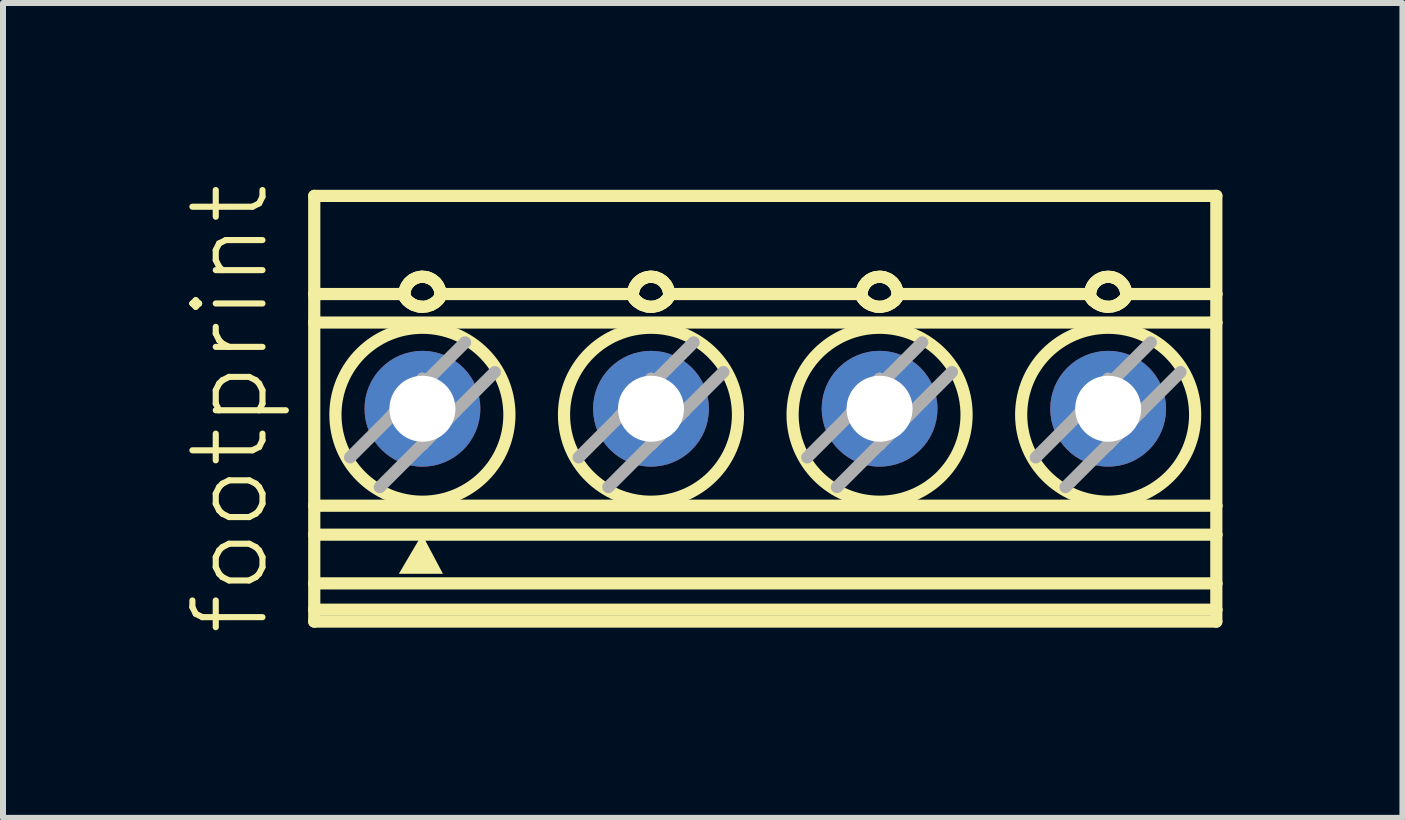
<source format=kicad_pcb>
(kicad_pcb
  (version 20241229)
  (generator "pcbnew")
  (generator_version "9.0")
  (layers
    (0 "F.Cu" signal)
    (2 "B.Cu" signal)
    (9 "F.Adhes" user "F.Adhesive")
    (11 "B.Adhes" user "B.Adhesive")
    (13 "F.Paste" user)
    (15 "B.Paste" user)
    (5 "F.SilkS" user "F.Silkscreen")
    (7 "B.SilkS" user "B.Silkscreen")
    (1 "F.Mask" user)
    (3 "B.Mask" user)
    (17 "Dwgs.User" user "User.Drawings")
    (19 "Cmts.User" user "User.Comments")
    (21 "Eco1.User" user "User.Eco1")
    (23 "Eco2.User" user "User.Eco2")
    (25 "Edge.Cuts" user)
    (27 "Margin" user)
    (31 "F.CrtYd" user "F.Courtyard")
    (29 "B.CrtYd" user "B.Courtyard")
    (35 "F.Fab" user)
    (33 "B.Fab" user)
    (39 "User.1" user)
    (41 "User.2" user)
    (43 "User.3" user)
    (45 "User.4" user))
  (footprint "footprint"
    (layer "F.Cu")
    (at 9.706 3.763)
    (property "Reference" "footprint" (at -8.233 3.819 90) (layer "F.SilkS") (effects (font (size 1.168 1.168) (thickness 0.102)) (justify left bottom)))
    (fp_line (start -7.518 -3.548) (end -7.518 -1.912) (stroke (width 0.203) (type solid)) (layer "F.SilkS"))
    (fp_line (start -7.518 -3.548) (end 7.518 -3.548) (stroke (width 0.203) (type solid)) (layer "F.SilkS"))
    (fp_line (start -7.518 -1.912) (end -7.518 -1.437) (stroke (width 0.203) (type solid)) (layer "F.SilkS"))
    (fp_line (start -7.518 -1.912) (end -6.017 -1.912) (stroke (width 0.203) (type solid)) (layer "F.SilkS"))
    (fp_line (start -7.518 -1.437) (end -7.518 1.616) (stroke (width 0.203) (type solid)) (layer "F.SilkS"))
    (fp_line (start -7.518 1.616) (end -7.518 2.099) (stroke (width 0.203) (type solid)) (layer "F.SilkS"))
    (fp_line (start -7.518 1.616) (end 7.518 1.616) (stroke (width 0.203) (type solid)) (layer "F.SilkS"))
    (fp_line (start -7.518 2.099) (end -7.518 2.911) (stroke (width 0.203) (type solid)) (layer "F.SilkS"))
    (fp_line (start -7.518 2.911) (end -7.518 3.35) (stroke (width 0.203) (type solid)) (layer "F.SilkS"))
    (fp_line (start -7.518 2.911) (end 7.518 2.911) (stroke (width 0.203) (type solid)) (layer "F.SilkS"))
    (fp_line (start -7.518 3.35) (end -7.518 3.548) (stroke (width 0.203) (type solid)) (layer "F.SilkS"))
    (fp_line (start -7.518 3.35) (end 7.518 3.35) (stroke (width 0.203) (type solid)) (layer "F.SilkS"))
    (fp_line (start -7.518 3.548) (end 7.518 3.548) (stroke (width 0.203) (type solid)) (layer "F.SilkS"))
    (fp_line (start -6.01 -1.964) (end -6.004 -1.986) (stroke (width 0.203) (type solid)) (layer "F.SilkS"))
    (fp_line (start -6.006 -1.857) (end -6.013 -1.872) (stroke (width 0.203) (type solid)) (layer "F.SilkS"))
    (fp_line (start -5.999 -1.845) (end -6.006 -1.857) (stroke (width 0.203) (type solid)) (layer "F.SilkS"))
    (fp_line (start -5.971 -1.81) (end -5.981 -1.821) (stroke (width 0.203) (type solid)) (layer "F.SilkS"))
    (fp_line (start -5.958 -1.796) (end -5.971 -1.81) (stroke (width 0.203) (type solid)) (layer "F.SilkS"))
    (fp_line (start -5.948 -2.09) (end -5.928 -2.112) (stroke (width 0.203) (type solid)) (layer "F.SilkS"))
    (fp_line (start -5.91 -1.759) (end -5.929 -1.772) (stroke (width 0.203) (type solid)) (layer "F.SilkS"))
    (fp_line (start -5.89 -2.144) (end -5.87 -2.157) (stroke (width 0.203) (type solid)) (layer "F.SilkS"))
    (fp_line (start -5.853 -1.728) (end -5.875 -1.738) (stroke (width 0.203) (type solid)) (layer "F.SilkS"))
    (fp_line (start -5.826 -2.179) (end -5.803 -2.187) (stroke (width 0.203) (type solid)) (layer "F.SilkS"))
    (fp_line (start -5.751 -1.701) (end -5.786 -1.707) (stroke (width 0.203) (type solid)) (layer "F.SilkS"))
    (fp_line (start -5.729 -2.2) (end -5.715 -2.2) (stroke (width 0.203) (type solid)) (layer "F.SilkS"))
    (fp_line (start -5.715 -1.699) (end -5.751 -1.701) (stroke (width 0.203) (type solid)) (layer "F.SilkS"))
    (fp_line (start -5.641 -2.191) (end -5.627 -2.187) (stroke (width 0.203) (type solid)) (layer "F.SilkS"))
    (fp_line (start -5.561 -1.736) (end -5.577 -1.728) (stroke (width 0.203) (type solid)) (layer "F.SilkS"))
    (fp_line (start -5.56 -2.157) (end -5.54 -2.144) (stroke (width 0.203) (type solid)) (layer "F.SilkS"))
    (fp_line (start -5.502 -2.112) (end -5.491 -2.101) (stroke (width 0.203) (type solid)) (layer "F.SilkS"))
    (fp_line (start -5.495 -1.777) (end -5.52 -1.759) (stroke (width 0.203) (type solid)) (layer "F.SilkS"))
    (fp_line (start -5.472 -1.796) (end -5.495 -1.777) (stroke (width 0.203) (type solid)) (layer "F.SilkS"))
    (fp_line (start -5.468 -2.072) (end -5.456 -2.054) (stroke (width 0.203) (type solid)) (layer "F.SilkS"))
    (fp_line (start -5.439 -1.833) (end -5.449 -1.821) (stroke (width 0.203) (type solid)) (layer "F.SilkS"))
    (fp_line (start -5.431 -1.845) (end -5.439 -1.833) (stroke (width 0.203) (type solid)) (layer "F.SilkS"))
    (fp_line (start -5.426 -1.986) (end -5.422 -1.972) (stroke (width 0.203) (type solid)) (layer "F.SilkS"))
    (fp_line (start -5.417 -1.872) (end -5.42 -1.865) (stroke (width 0.203) (type solid)) (layer "F.SilkS"))
    (fp_line (start -5.413 -1.912) (end -2.207 -1.912) (stroke (width 0.203) (type solid)) (layer "F.SilkS"))
    (fp_line (start -2.205 -1.88) (end -2.207 -1.895) (stroke (width 0.203) (type solid)) (layer "F.SilkS"))
    (fp_line (start -2.198 -1.972) (end -2.194 -1.986) (stroke (width 0.203) (type solid)) (layer "F.SilkS"))
    (fp_line (start -2.182 -1.834) (end -2.189 -1.845) (stroke (width 0.203) (type solid)) (layer "F.SilkS"))
    (fp_line (start -2.171 -1.821) (end -2.182 -1.834) (stroke (width 0.203) (type solid)) (layer "F.SilkS"))
    (fp_line (start -2.138 -2.09) (end -2.118 -2.112) (stroke (width 0.203) (type solid)) (layer "F.SilkS"))
    (fp_line (start -2.126 -1.777) (end -2.148 -1.796) (stroke (width 0.203) (type solid)) (layer "F.SilkS"))
    (fp_line (start -2.06 -2.157) (end -2.046 -2.165) (stroke (width 0.203) (type solid)) (layer "F.SilkS"))
    (fp_line (start -2.043 -1.728) (end -2.073 -1.742) (stroke (width 0.203) (type solid)) (layer "F.SilkS"))
    (fp_line (start -2.013 -2.18) (end -1.993 -2.187) (stroke (width 0.203) (type solid)) (layer "F.SilkS"))
    (fp_line (start -1.955 -1.703) (end -1.976 -1.707) (stroke (width 0.203) (type solid)) (layer "F.SilkS"))
    (fp_line (start -1.919 -2.2) (end -1.905 -2.2) (stroke (width 0.203) (type solid)) (layer "F.SilkS"))
    (fp_line (start -1.869 -1.701) (end -1.905 -1.699) (stroke (width 0.203) (type solid)) (layer "F.SilkS"))
    (fp_line (start -1.838 -2.192) (end -1.817 -2.187) (stroke (width 0.203) (type solid)) (layer "F.SilkS"))
    (fp_line (start -1.767 -1.728) (end -1.8 -1.716) (stroke (width 0.203) (type solid)) (layer "F.SilkS"))
    (fp_line (start -1.714 -2.132) (end -1.692 -2.112) (stroke (width 0.203) (type solid)) (layer "F.SilkS"))
    (fp_line (start -1.66 -2.075) (end -1.646 -2.054) (stroke (width 0.203) (type solid)) (layer "F.SilkS"))
    (fp_line (start -1.65 -1.808) (end -1.662 -1.796) (stroke (width 0.203) (type solid)) (layer "F.SilkS"))
    (fp_line (start -1.639 -1.821) (end -1.65 -1.808) (stroke (width 0.203) (type solid)) (layer "F.SilkS"))
    (fp_line (start -1.616 -1.986) (end -1.61 -1.964) (stroke (width 0.203) (type solid)) (layer "F.SilkS"))
    (fp_line (start -1.611 -1.863) (end -1.621 -1.845) (stroke (width 0.203) (type solid)) (layer "F.SilkS"))
    (fp_line (start -1.603 -1.912) (end 1.603 -1.912) (stroke (width 0.203) (type solid)) (layer "F.SilkS"))
    (fp_line (start 1.612 -1.972) (end 1.616 -1.986) (stroke (width 0.203) (type solid)) (layer "F.SilkS"))
    (fp_line (start 1.621 -1.845) (end 1.611 -1.863) (stroke (width 0.203) (type solid)) (layer "F.SilkS"))
    (fp_line (start 1.634 -2.032) (end 1.646 -2.054) (stroke (width 0.203) (type solid)) (layer "F.SilkS"))
    (fp_line (start 1.662 -1.796) (end 1.646 -1.812) (stroke (width 0.203) (type solid)) (layer "F.SilkS"))
    (fp_line (start 1.675 -2.094) (end 1.692 -2.112) (stroke (width 0.203) (type solid)) (layer "F.SilkS"))
    (fp_line (start 1.71 -1.759) (end 1.696 -1.768) (stroke (width 0.203) (type solid)) (layer "F.SilkS"))
    (fp_line (start 1.73 -2.144) (end 1.75 -2.157) (stroke (width 0.203) (type solid)) (layer "F.SilkS"))
    (fp_line (start 1.767 -1.728) (end 1.745 -1.738) (stroke (width 0.203) (type solid)) (layer "F.SilkS"))
    (fp_line (start 1.817 -2.187) (end 1.846 -2.194) (stroke (width 0.203) (type solid)) (layer "F.SilkS"))
    (fp_line (start 1.86 -1.702) (end 1.834 -1.707) (stroke (width 0.203) (type solid)) (layer "F.SilkS"))
    (fp_line (start 1.941 -1.701) (end 1.905 -1.699) (stroke (width 0.203) (type solid)) (layer "F.SilkS"))
    (fp_line (start 1.972 -2.192) (end 1.993 -2.187) (stroke (width 0.203) (type solid)) (layer "F.SilkS"))
    (fp_line (start 2.038 -2.169) (end 2.06 -2.157) (stroke (width 0.203) (type solid)) (layer "F.SilkS"))
    (fp_line (start 2.043 -1.728) (end 2.01 -1.716) (stroke (width 0.203) (type solid)) (layer "F.SilkS"))
    (fp_line (start 2.118 -2.112) (end 2.135 -2.094) (stroke (width 0.203) (type solid)) (layer "F.SilkS"))
    (fp_line (start 2.16 -1.808) (end 2.148 -1.796) (stroke (width 0.203) (type solid)) (layer "F.SilkS"))
    (fp_line (start 2.164 -2.054) (end 2.176 -2.032) (stroke (width 0.203) (type solid)) (layer "F.SilkS"))
    (fp_line (start 2.171 -1.821) (end 2.16 -1.808) (stroke (width 0.203) (type solid)) (layer "F.SilkS"))
    (fp_line (start 2.194 -1.986) (end 2.2 -1.964) (stroke (width 0.203) (type solid)) (layer "F.SilkS"))
    (fp_line (start 2.197 -1.859) (end 2.189 -1.845) (stroke (width 0.203) (type solid)) (layer "F.SilkS"))
    (fp_line (start 2.203 -1.872) (end 2.197 -1.859) (stroke (width 0.203) (type solid)) (layer "F.SilkS"))
    (fp_line (start 2.207 -1.912) (end 5.413 -1.912) (stroke (width 0.203) (type solid)) (layer "F.SilkS"))
    (fp_line (start 5.414 -1.884) (end 5.413 -1.895) (stroke (width 0.203) (type solid)) (layer "F.SilkS"))
    (fp_line (start 5.417 -1.872) (end 5.414 -1.884) (stroke (width 0.203) (type solid)) (layer "F.SilkS"))
    (fp_line (start 5.422 -1.972) (end 5.426 -1.986) (stroke (width 0.203) (type solid)) (layer "F.SilkS"))
    (fp_line (start 5.431 -1.845) (end 5.425 -1.856) (stroke (width 0.203) (type solid)) (layer "F.SilkS"))
    (fp_line (start 5.456 -2.054) (end 5.468 -2.072) (stroke (width 0.203) (type solid)) (layer "F.SilkS"))
    (fp_line (start 5.46 -1.808) (end 5.449 -1.821) (stroke (width 0.203) (type solid)) (layer "F.SilkS"))
    (fp_line (start 5.472 -1.796) (end 5.46 -1.808) (stroke (width 0.203) (type solid)) (layer "F.SilkS"))
    (fp_line (start 5.491 -2.101) (end 5.502 -2.112) (stroke (width 0.203) (type solid)) (layer "F.SilkS"))
    (fp_line (start 5.54 -2.144) (end 5.56 -2.157) (stroke (width 0.203) (type solid)) (layer "F.SilkS"))
    (fp_line (start 5.61 -1.716) (end 5.577 -1.728) (stroke (width 0.203) (type solid)) (layer "F.SilkS"))
    (fp_line (start 5.627 -2.187) (end 5.656 -2.194) (stroke (width 0.203) (type solid)) (layer "F.SilkS"))
    (fp_line (start 5.644 -1.707) (end 5.61 -1.716) (stroke (width 0.203) (type solid)) (layer "F.SilkS"))
    (fp_line (start 5.715 -1.699) (end 5.694 -1.7) (stroke (width 0.203) (type solid)) (layer "F.SilkS"))
    (fp_line (start 5.774 -2.194) (end 5.803 -2.187) (stroke (width 0.203) (type solid)) (layer "F.SilkS"))
    (fp_line (start 5.87 -1.736) (end 5.853 -1.728) (stroke (width 0.203) (type solid)) (layer "F.SilkS"))
    (fp_line (start 5.87 -2.157) (end 5.883 -2.149) (stroke (width 0.203) (type solid)) (layer "F.SilkS"))
    (fp_line (start 5.912 -2.127) (end 5.928 -2.112) (stroke (width 0.203) (type solid)) (layer "F.SilkS"))
    (fp_line (start 5.929 -1.772) (end 5.91 -1.759) (stroke (width 0.203) (type solid)) (layer "F.SilkS"))
    (fp_line (start 5.974 -1.812) (end 5.958 -1.796) (stroke (width 0.203) (type solid)) (layer "F.SilkS"))
    (fp_line (start 5.974 -2.054) (end 5.981 -2.041) (stroke (width 0.203) (type solid)) (layer "F.SilkS"))
    (fp_line (start 5.997 -2.006) (end 6.004 -1.986) (stroke (width 0.203) (type solid)) (layer "F.SilkS"))
    (fp_line (start 6.009 -1.863) (end 5.999 -1.845) (stroke (width 0.203) (type solid)) (layer "F.SilkS"))
    (fp_line (start 6.017 -1.917) (end 6.017 -1.895) (stroke (width 0.203) (type solid)) (layer "F.SilkS"))
    (fp_line (start 6.017 -1.912) (end 7.518 -1.912) (stroke (width 0.203) (type solid)) (layer "F.SilkS"))
    (fp_line (start 7.518 -1.912) (end 7.518 -3.548) (stroke (width 0.203) (type solid)) (layer "F.SilkS"))
    (fp_line (start 7.518 -1.912) (end 7.518 -1.437) (stroke (width 0.203) (type solid)) (layer "F.SilkS"))
    (fp_line (start 7.518 -1.437) (end -7.518 -1.437) (stroke (width 0.203) (type solid)) (layer "F.SilkS"))
    (fp_line (start 7.518 1.616) (end 7.518 -1.437) (stroke (width 0.203) (type solid)) (layer "F.SilkS"))
    (fp_line (start 7.518 1.616) (end 7.518 2.099) (stroke (width 0.203) (type solid)) (layer "F.SilkS"))
    (fp_line (start 7.518 2.099) (end -7.518 2.099) (stroke (width 0.203) (type solid)) (layer "F.SilkS"))
    (fp_line (start 7.518 2.099) (end 7.518 2.911) (stroke (width 0.203) (type solid)) (layer "F.SilkS"))
    (fp_line (start 7.518 2.911) (end 7.518 3.35) (stroke (width 0.203) (type solid)) (layer "F.SilkS"))
    (fp_line (start 7.518 3.35) (end 7.518 3.548) (stroke (width 0.203) (type solid)) (layer "F.SilkS"))
    (fp_arc (start -6.0174 -1.8953) (mid -6.017169 -1.910668) (end -6.0161 -1.926) (stroke (width 0.2032) (type solid)) (layer "F.SilkS"))
    (fp_arc (start -6.0161 -1.926) (mid -6.013698 -1.945303) (end -6.01 -1.9644) (stroke (width 0.2032) (type solid)) (layer "F.SilkS"))
    (fp_arc (start -6.0126 -1.8721) (mid -6.015767 -1.883535) (end -6.0173 -1.8953) (stroke (width 0.2032) (type solid)) (layer "F.SilkS"))
    (fp_arc (start -6.0042 -1.9859) (mid -5.994104 -2.013964) (end -5.9813 -2.0409) (stroke (width 0.2032) (type solid)) (layer "F.SilkS"))
    (fp_arc (start -5.9813 -2.0409) (mid -5.965918 -2.066418) (end -5.9481 -2.0903) (stroke (width 0.2032) (type solid)) (layer "F.SilkS"))
    (fp_arc (start -5.981 -1.8208) (mid -5.990351 -1.83269) (end -5.999 -1.8451) (stroke (width 0.2032) (type solid)) (layer "F.SilkS"))
    (fp_arc (start -5.9295 -1.7724) (mid -5.943837 -1.78391) (end -5.9576 -1.7961) (stroke (width 0.2032) (type solid)) (layer "F.SilkS"))
    (fp_arc (start -5.9279 -2.1124) (mid -5.909742 -2.128964) (end -5.8903 -2.144) (stroke (width 0.2032) (type solid)) (layer "F.SilkS"))
    (fp_arc (start -5.8748 -1.7382) (mid -5.892768 -1.748039) (end -5.9102 -1.7588) (stroke (width 0.2032) (type solid)) (layer "F.SilkS"))
    (fp_arc (start -5.8697 -2.1574) (mid -5.848234 -2.169034) (end -5.8259 -2.1789) (stroke (width 0.2032) (type solid)) (layer "F.SilkS"))
    (fp_arc (start -5.8029 -2.187) (mid -5.782952 -2.192307) (end -5.7627 -2.1963) (stroke (width 0.2032) (type solid)) (layer "F.SilkS"))
    (fp_arc (start -5.786 -1.7067) (mid -5.819913 -1.715625) (end -5.8528 -1.7278) (stroke (width 0.2032) (type solid)) (layer "F.SilkS"))
    (fp_arc (start -5.7627 -2.1962) (mid -5.745846 -2.198398) (end -5.7289 -2.1997) (stroke (width 0.2032) (type solid)) (layer "F.SilkS"))
    (fp_arc (start -5.715 -2.2) (mid -5.694404 -2.199272) (end -5.6739 -2.1972) (stroke (width 0.2032) (type solid)) (layer "F.SilkS"))
    (fp_arc (start -5.6739 -2.1972) (mid -5.657164 -2.19439) (end -5.6406 -2.1907) (stroke (width 0.2032) (type solid)) (layer "F.SilkS"))
    (fp_arc (start -5.644 -1.7067) (mid -5.679307 -1.70115) (end -5.715 -1.6993) (stroke (width 0.2032) (type solid)) (layer "F.SilkS"))
    (fp_arc (start -5.6271 -2.187) (mid -5.611589 -2.181841) (end -5.5964 -2.1758) (stroke (width 0.2032) (type solid)) (layer "F.SilkS"))
    (fp_arc (start -5.5964 -2.1758) (mid -5.57803 -2.167282) (end -5.5603 -2.1575) (stroke (width 0.2032) (type solid)) (layer "F.SilkS"))
    (fp_arc (start -5.5772 -1.7278) (mid -5.610079 -1.715599) (end -5.644 -1.7067) (stroke (width 0.2032) (type solid)) (layer "F.SilkS"))
    (fp_arc (start -5.5397 -2.144) (mid -5.520258 -2.128964) (end -5.5021 -2.1124) (stroke (width 0.2032) (type solid)) (layer "F.SilkS"))
    (fp_arc (start -5.5197 -1.7588) (mid -5.539752 -1.74654) (end -5.5605 -1.7355) (stroke (width 0.2032) (type solid)) (layer "F.SilkS"))
    (fp_arc (start -5.4914 -2.1012) (mid -5.479226 -2.087031) (end -5.468 -2.0721) (stroke (width 0.2032) (type solid)) (layer "F.SilkS"))
    (fp_arc (start -5.4562 -2.0541) (mid -5.446096 -2.035961) (end -5.4372 -2.0172) (stroke (width 0.2032) (type solid)) (layer "F.SilkS"))
    (fp_arc (start -5.449 -1.8208) (mid -5.460305 -1.808076) (end -5.4724 -1.7961) (stroke (width 0.2032) (type solid)) (layer "F.SilkS"))
    (fp_arc (start -5.4372 -2.0172) (mid -5.431047 -2.001698) (end -5.4257 -1.9859) (stroke (width 0.2032) (type solid)) (layer "F.SilkS"))
    (fp_arc (start -5.4219 -1.9722) (mid -5.418022 -1.955103) (end -5.4152 -1.9378) (stroke (width 0.2032) (type solid)) (layer "F.SilkS"))
    (fp_arc (start -5.4203 -1.865) (mid -5.425341 -1.854777) (end -5.4312 -1.845) (stroke (width 0.2032) (type solid)) (layer "F.SilkS"))
    (fp_arc (start -5.4153 -1.9378) (mid -5.413169 -1.9166) (end -5.4126 -1.8953) (stroke (width 0.2032) (type solid)) (layer "F.SilkS"))
    (fp_arc (start -5.4126 -1.8953) (mid -5.413925 -1.883492) (end -5.4173 -1.8721) (stroke (width 0.2032) (type solid)) (layer "F.SilkS"))
    (fp_arc (start -2.2074 -1.8953) (mid -2.206767 -1.916596) (end -2.2047 -1.9378) (stroke (width 0.2032) (type solid)) (layer "F.SilkS"))
    (fp_arc (start -2.2047 -1.9378) (mid -2.20182 -1.955091) (end -2.198 -1.9722) (stroke (width 0.2032) (type solid)) (layer "F.SilkS"))
    (fp_arc (start -2.1942 -1.9859) (mid -2.184104 -2.013964) (end -2.1713 -2.0409) (stroke (width 0.2032) (type solid)) (layer "F.SilkS"))
    (fp_arc (start -2.189 -1.8451) (mid -2.198261 -1.861888) (end -2.2051 -1.8798) (stroke (width 0.2032) (type solid)) (layer "F.SilkS"))
    (fp_arc (start -2.1713 -2.0409) (mid -2.155918 -2.066418) (end -2.1381 -2.0903) (stroke (width 0.2032) (type solid)) (layer "F.SilkS"))
    (fp_arc (start -2.1476 -1.7961) (mid -2.159684 -1.808086) (end -2.171 -1.8208) (stroke (width 0.2032) (type solid)) (layer "F.SilkS"))
    (fp_arc (start -2.1179 -2.1124) (mid -2.102929 -2.126245) (end -2.0871 -2.1391) (stroke (width 0.2032) (type solid)) (layer "F.SilkS"))
    (fp_arc (start -2.0871 -2.1391) (mid -2.073635 -2.14865) (end -2.0597 -2.1575) (stroke (width 0.2032) (type solid)) (layer "F.SilkS"))
    (fp_arc (start -2.0732 -1.7425) (mid -2.100233 -1.758739) (end -2.1258 -1.7772) (stroke (width 0.2032) (type solid)) (layer "F.SilkS"))
    (fp_arc (start -2.0464 -2.1649) (mid -2.029893 -2.173036) (end -2.0129 -2.1801) (stroke (width 0.2032) (type solid)) (layer "F.SilkS"))
    (fp_arc (start -1.9929 -2.187) (mid -1.972952 -2.192307) (end -1.9527 -2.1963) (stroke (width 0.2032) (type solid)) (layer "F.SilkS"))
    (fp_arc (start -1.976 -1.7067) (mid -2.009913 -1.715625) (end -2.0428 -1.7278) (stroke (width 0.2032) (type solid)) (layer "F.SilkS"))
    (fp_arc (start -1.9527 -2.1962) (mid -1.935846 -2.198398) (end -1.9189 -2.1997) (stroke (width 0.2032) (type solid)) (layer "F.SilkS"))
    (fp_arc (start -1.905 -2.2) (mid -1.89003 -2.199647) (end -1.8751 -2.1985) (stroke (width 0.2032) (type solid)) (layer "F.SilkS"))
    (fp_arc (start -1.905 -1.6993) (mid -1.930064 -1.700281) (end -1.955 -1.703) (stroke (width 0.2032) (type solid)) (layer "F.SilkS"))
    (fp_arc (start -1.8751 -2.1985) (mid -1.856402 -2.196107) (end -1.8379 -2.1925) (stroke (width 0.2032) (type solid)) (layer "F.SilkS"))
    (fp_arc (start -1.8171 -2.187) (mid -1.789404 -2.177067) (end -1.7628 -2.1645) (stroke (width 0.2032) (type solid)) (layer "F.SilkS"))
    (fp_arc (start -1.8 -1.7156) (mid -1.834182 -1.706595) (end -1.8691 -1.7011) (stroke (width 0.2032) (type solid)) (layer "F.SilkS"))
    (fp_arc (start -1.7628 -2.1645) (mid -1.737614 -2.149483) (end -1.714 -2.1321) (stroke (width 0.2032) (type solid)) (layer "F.SilkS"))
    (fp_arc (start -1.7091 -1.7592) (mid -1.737427 -1.742163) (end -1.7672 -1.7278) (stroke (width 0.2032) (type solid)) (layer "F.SilkS"))
    (fp_arc (start -1.6921 -2.1124) (mid -1.675226 -2.094211) (end -1.6599 -2.0747) (stroke (width 0.2032) (type solid)) (layer "F.SilkS"))
    (fp_arc (start -1.6624 -1.7961) (mid -1.68494 -1.776625) (end -1.7091 -1.7592) (stroke (width 0.2032) (type solid)) (layer "F.SilkS"))
    (fp_arc (start -1.6462 -2.0541) (mid -1.637968 -2.039629) (end -1.6306 -2.0247) (stroke (width 0.2032) (type solid)) (layer "F.SilkS"))
    (fp_arc (start -1.6306 -2.0247) (mid -1.622503 -2.005566) (end -1.6158 -1.9859) (stroke (width 0.2032) (type solid)) (layer "F.SilkS"))
    (fp_arc (start -1.6211 -1.845) (mid -1.629595 -1.832563) (end -1.639 -1.8208) (stroke (width 0.2032) (type solid)) (layer "F.SilkS"))
    (fp_arc (start -1.6101 -1.9644) (mid -1.606463 -1.945293) (end -1.604 -1.926) (stroke (width 0.2032) (type solid)) (layer "F.SilkS"))
    (fp_arc (start -1.6039 -1.926) (mid -1.602888 -1.910665) (end -1.6026 -1.8953) (stroke (width 0.2032) (type solid)) (layer "F.SilkS"))
    (fp_arc (start -1.6026 -1.8953) (mid -1.605079 -1.878568) (end -1.6112 -1.8628) (stroke (width 0.2032) (type solid)) (layer "F.SilkS"))
    (fp_arc (start 1.6026 -1.8953) (mid 1.603233 -1.916596) (end 1.6053 -1.9378) (stroke (width 0.2032) (type solid)) (layer "F.SilkS"))
    (fp_arc (start 1.6053 -1.9378) (mid 1.608181 -1.955091) (end 1.612 -1.9722) (stroke (width 0.2032) (type solid)) (layer "F.SilkS"))
    (fp_arc (start 1.6112 -1.8629) (mid 1.605326 -1.878682) (end 1.6026 -1.8953) (stroke (width 0.2032) (type solid)) (layer "F.SilkS"))
    (fp_arc (start 1.6158 -1.9859) (mid 1.624046 -2.009429) (end 1.6342 -2.0322) (stroke (width 0.2032) (type solid)) (layer "F.SilkS"))
    (fp_arc (start 1.6462 -2.0541) (mid 1.65988 -2.074743) (end 1.6752 -2.0942) (stroke (width 0.2032) (type solid)) (layer "F.SilkS"))
    (fp_arc (start 1.6462 -1.8125) (mid 1.632929 -1.828281) (end 1.621 -1.8451) (stroke (width 0.2032) (type solid)) (layer "F.SilkS"))
    (fp_arc (start 1.6921 -2.1124) (mid 1.710258 -2.128964) (end 1.7297 -2.144) (stroke (width 0.2032) (type solid)) (layer "F.SilkS"))
    (fp_arc (start 1.6963 -1.7681) (mid 1.678871 -1.78152) (end 1.6624 -1.7961) (stroke (width 0.2032) (type solid)) (layer "F.SilkS"))
    (fp_arc (start 1.7452 -1.7382) (mid 1.727232 -1.748039) (end 1.7098 -1.7588) (stroke (width 0.2032) (type solid)) (layer "F.SilkS"))
    (fp_arc (start 1.7503 -2.1574) (mid 1.764532 -2.165415) (end 1.7792 -2.1726) (stroke (width 0.2032) (type solid)) (layer "F.SilkS"))
    (fp_arc (start 1.7792 -2.1726) (mid 1.7979 -2.180413) (end 1.8171 -2.1869) (stroke (width 0.2032) (type solid)) (layer "F.SilkS"))
    (fp_arc (start 1.834 -1.7067) (mid 1.800087 -1.715625) (end 1.7672 -1.7278) (stroke (width 0.2032) (type solid)) (layer "F.SilkS"))
    (fp_arc (start 1.846 -2.1942) (mid 1.875358 -2.198547) (end 1.905 -2.2) (stroke (width 0.2032) (type solid)) (layer "F.SilkS"))
    (fp_arc (start 1.905 -2.2) (mid 1.91997 -2.199647) (end 1.9349 -2.1985) (stroke (width 0.2032) (type solid)) (layer "F.SilkS"))
    (fp_arc (start 1.905 -1.6993) (mid 1.882398 -1.700018) (end 1.8599 -1.7023) (stroke (width 0.2032) (type solid)) (layer "F.SilkS"))
    (fp_arc (start 1.9349 -2.1985) (mid 1.9536 -2.196057) (end 1.9721 -2.1924) (stroke (width 0.2032) (type solid)) (layer "F.SilkS"))
    (fp_arc (start 1.9929 -2.187) (mid 2.015961 -2.178965) (end 2.0383 -2.1691) (stroke (width 0.2032) (type solid)) (layer "F.SilkS"))
    (fp_arc (start 2.01 -1.7156) (mid 1.975818 -1.706595) (end 1.9409 -1.7011) (stroke (width 0.2032) (type solid)) (layer "F.SilkS"))
    (fp_arc (start 2.0597 -2.1574) (mid 2.073617 -2.148596) (end 2.087 -2.139) (stroke (width 0.2032) (type solid)) (layer "F.SilkS"))
    (fp_arc (start 2.0871 -2.1391) (mid 2.10297 -2.126292) (end 2.1179 -2.1124) (stroke (width 0.2032) (type solid)) (layer "F.SilkS"))
    (fp_arc (start 2.1009 -1.7592) (mid 2.072573 -1.742162) (end 2.0428 -1.7278) (stroke (width 0.2032) (type solid)) (layer "F.SilkS"))
    (fp_arc (start 2.1348 -2.0942) (mid 2.150121 -2.074744) (end 2.1638 -2.0541) (stroke (width 0.2032) (type solid)) (layer "F.SilkS"))
    (fp_arc (start 2.1476 -1.7961) (mid 2.12506 -1.776625) (end 2.1009 -1.7592) (stroke (width 0.2032) (type solid)) (layer "F.SilkS"))
    (fp_arc (start 2.1758 -2.0322) (mid 2.185955 -2.00943) (end 2.1942 -1.9859) (stroke (width 0.2032) (type solid)) (layer "F.SilkS"))
    (fp_arc (start 2.1889 -1.845) (mid 2.180315 -1.83263) (end 2.171 -1.8208) (stroke (width 0.2032) (type solid)) (layer "F.SilkS"))
    (fp_arc (start 2.1999 -1.9644) (mid 2.203538 -1.945293) (end 2.206 -1.926) (stroke (width 0.2032) (type solid)) (layer "F.SilkS"))
    (fp_arc (start 2.2061 -1.926) (mid 2.207112 -1.910665) (end 2.2074 -1.8953) (stroke (width 0.2032) (type solid)) (layer "F.SilkS"))
    (fp_arc (start 2.2074 -1.8953) (mid 2.206075 -1.883492) (end 2.2027 -1.8721) (stroke (width 0.2032) (type solid)) (layer "F.SilkS"))
    (fp_arc (start 5.4126 -1.8953) (mid 5.413233 -1.916596) (end 5.4153 -1.9378) (stroke (width 0.2032) (type solid)) (layer "F.SilkS"))
    (fp_arc (start 5.4153 -1.9378) (mid 5.418181 -1.955091) (end 5.422 -1.9722) (stroke (width 0.2032) (type solid)) (layer "F.SilkS"))
    (fp_arc (start 5.4247 -1.856) (mid 5.420805 -1.863939) (end 5.4174 -1.8721) (stroke (width 0.2032) (type solid)) (layer "F.SilkS"))
    (fp_arc (start 5.4258 -1.9859) (mid 5.432564 -2.005543) (end 5.4406 -2.0247) (stroke (width 0.2032) (type solid)) (layer "F.SilkS"))
    (fp_arc (start 5.4406 -2.0247) (mid 5.448022 -2.039601) (end 5.4562 -2.0541) (stroke (width 0.2032) (type solid)) (layer "F.SilkS"))
    (fp_arc (start 5.449 -1.8208) (mid 5.43961 -1.832661) (end 5.431 -1.8451) (stroke (width 0.2032) (type solid)) (layer "F.SilkS"))
    (fp_arc (start 5.468 -2.0721) (mid 5.479275 -2.086992) (end 5.4914 -2.1012) (stroke (width 0.2032) (type solid)) (layer "F.SilkS"))
    (fp_arc (start 5.5021 -2.1124) (mid 5.520258 -2.128964) (end 5.5397 -2.144) (stroke (width 0.2032) (type solid)) (layer "F.SilkS"))
    (fp_arc (start 5.5191 -1.7592) (mid 5.494989 -1.776687) (end 5.4724 -1.7961) (stroke (width 0.2032) (type solid)) (layer "F.SilkS"))
    (fp_arc (start 5.5603 -2.1574) (mid 5.578057 -2.167127) (end 5.5964 -2.1757) (stroke (width 0.2032) (type solid)) (layer "F.SilkS"))
    (fp_arc (start 5.5772 -1.7278) (mid 5.547458 -1.74222) (end 5.5191 -1.7592) (stroke (width 0.2032) (type solid)) (layer "F.SilkS"))
    (fp_arc (start 5.5964 -2.1758) (mid 5.611609 -2.181788) (end 5.6271 -2.187) (stroke (width 0.2032) (type solid)) (layer "F.SilkS"))
    (fp_arc (start 5.656 -2.1942) (mid 5.685358 -2.198547) (end 5.715 -2.2) (stroke (width 0.2032) (type solid)) (layer "F.SilkS"))
    (fp_arc (start 5.6937 -1.7) (mid 5.668723 -1.702405) (end 5.644 -1.7067) (stroke (width 0.2032) (type solid)) (layer "F.SilkS"))
    (fp_arc (start 5.715 -2.2) (mid 5.744642 -2.198547) (end 5.774 -2.1942) (stroke (width 0.2032) (type solid)) (layer "F.SilkS"))
    (fp_arc (start 5.786 -1.7067) (mid 5.750693 -1.70115) (end 5.715 -1.6993) (stroke (width 0.2032) (type solid)) (layer "F.SilkS"))
    (fp_arc (start 5.8029 -2.187) (mid 5.818411 -2.181841) (end 5.8336 -2.1758) (stroke (width 0.2032) (type solid)) (layer "F.SilkS"))
    (fp_arc (start 5.8336 -2.1758) (mid 5.85197 -2.167281) (end 5.8697 -2.1575) (stroke (width 0.2032) (type solid)) (layer "F.SilkS"))
    (fp_arc (start 5.8528 -1.7278) (mid 5.819922 -1.715598) (end 5.786 -1.7067) (stroke (width 0.2032) (type solid)) (layer "F.SilkS"))
    (fp_arc (start 5.8828 -2.1492) (mid 5.897858 -2.138522) (end 5.9122 -2.1269) (stroke (width 0.2032) (type solid)) (layer "F.SilkS"))
    (fp_arc (start 5.9103 -1.7588) (mid 5.890248 -1.74654) (end 5.8695 -1.7355) (stroke (width 0.2032) (type solid)) (layer "F.SilkS"))
    (fp_arc (start 5.9279 -2.1124) (mid 5.942002 -2.097392) (end 5.9551 -2.0815) (stroke (width 0.2032) (type solid)) (layer "F.SilkS"))
    (fp_arc (start 5.9551 -2.0815) (mid 5.964801 -2.06804) (end 5.9738 -2.0541) (stroke (width 0.2032) (type solid)) (layer "F.SilkS"))
    (fp_arc (start 5.9576 -1.7961) (mid 5.943902 -1.783833) (end 5.9295 -1.7724) (stroke (width 0.2032) (type solid)) (layer "F.SilkS"))
    (fp_arc (start 5.9815 -2.0406) (mid 5.989911 -2.023758) (end 5.9972 -2.0064) (stroke (width 0.2032) (type solid)) (layer "F.SilkS"))
    (fp_arc (start 5.9989 -1.845) (mid 5.987026 -1.828187) (end 5.9737 -1.8125) (stroke (width 0.2032) (type solid)) (layer "F.SilkS"))
    (fp_arc (start 6.0042 -1.9859) (mid 6.008357 -1.971102) (end 6.0117 -1.9561) (stroke (width 0.2032) (type solid)) (layer "F.SilkS"))
    (fp_arc (start 6.0117 -1.9561) (mid 6.014852 -1.936884) (end 6.0167 -1.9175) (stroke (width 0.2032) (type solid)) (layer "F.SilkS"))
    (fp_arc (start 6.0174 -1.8953) (mid 6.014921 -1.878568) (end 6.0088 -1.8628) (stroke (width 0.2032) (type solid)) (layer "F.SilkS"))
    (fp_circle (center -5.715 0.1) (end -4.265 0.1) (stroke (width 0.203) (type solid)) (fill no) (layer "F.SilkS"))
    (fp_circle (center -1.905 0.1) (end -0.455 0.1) (stroke (width 0.203) (type solid)) (fill no) (layer "F.SilkS"))
    (fp_circle (center 1.905 0.1) (end 3.355 0.1) (stroke (width 0.203) (type solid)) (fill no) (layer "F.SilkS"))
    (fp_circle (center 5.715 0.1) (end 7.165 0.1) (stroke (width 0.203) (type solid)) (fill no) (layer "F.SilkS"))
    (fp_poly (pts (xy -5.373 2.751) (xy -6.108 2.751) (xy -5.721 2.094)) (stroke (width 0) (type solid)) (fill yes) (layer "F.SilkS"))
    (fp_line (start -6.921 0.811) (end -6.256 0.146) (stroke (width 0.203) (type solid)) (layer "F.Fab"))
    (fp_line (start -6.256 0.146) (end -5.715 -0.395) (stroke (width 0.203) (type solid)) (layer "F.Fab"))
    (fp_line (start -5.72 0.6) (end -6.426 1.306) (stroke (width 0.203) (type solid)) (layer "F.Fab"))
    (fp_line (start -5.715 -0.5) (end -6.256 0.146) (stroke (width 0.203) (type solid)) (layer "F.Fab"))
    (fp_line (start -5.715 -0.395) (end -5.715 -0.5) (stroke (width 0.203) (type solid)) (layer "F.Fab"))
    (fp_line (start -5.715 -0.395) (end -5.619 -0.491) (stroke (width 0.203) (type solid)) (layer "F.Fab"))
    (fp_line (start -5.715 0.595) (end -5.72 0.6) (stroke (width 0.203) (type solid)) (layer "F.Fab"))
    (fp_line (start -5.715 0.6) (end -5.715 0.595) (stroke (width 0.203) (type solid)) (layer "F.Fab"))
    (fp_line (start -5.715 0.6) (end -5.165 0.045) (stroke (width 0.203) (type solid)) (layer "F.Fab"))
    (fp_line (start -5.619 -0.491) (end -5.004 -1.106) (stroke (width 0.203) (type solid)) (layer "F.Fab"))
    (fp_line (start -5.165 0.045) (end -5.715 0.595) (stroke (width 0.203) (type solid)) (layer "F.Fab"))
    (fp_line (start -4.509 -0.611) (end -5.165 0.045) (stroke (width 0.203) (type solid)) (layer "F.Fab"))
    (fp_line (start -3.111 0.811) (end -2.446 0.146) (stroke (width 0.203) (type solid)) (layer "F.Fab"))
    (fp_line (start -2.446 0.146) (end -1.905 -0.395) (stroke (width 0.203) (type solid)) (layer "F.Fab"))
    (fp_line (start -1.91 0.6) (end -2.616 1.306) (stroke (width 0.203) (type solid)) (layer "F.Fab"))
    (fp_line (start -1.905 -0.5) (end -2.446 0.146) (stroke (width 0.203) (type solid)) (layer "F.Fab"))
    (fp_line (start -1.905 -0.5) (end -1.905 -0.395) (stroke (width 0.203) (type solid)) (layer "F.Fab"))
    (fp_line (start -1.905 -0.395) (end -1.808 -0.491) (stroke (width 0.203) (type solid)) (layer "F.Fab"))
    (fp_line (start -1.905 0.595) (end -1.91 0.6) (stroke (width 0.203) (type solid)) (layer "F.Fab"))
    (fp_line (start -1.905 0.595) (end -1.905 0.6) (stroke (width 0.203) (type solid)) (layer "F.Fab"))
    (fp_line (start -1.905 0.6) (end -1.355 0.045) (stroke (width 0.203) (type solid)) (layer "F.Fab"))
    (fp_line (start -1.808 -0.491) (end -1.194 -1.106) (stroke (width 0.203) (type solid)) (layer "F.Fab"))
    (fp_line (start -1.355 0.045) (end -1.905 0.595) (stroke (width 0.203) (type solid)) (layer "F.Fab"))
    (fp_line (start -0.699 -0.611) (end -1.355 0.045) (stroke (width 0.203) (type solid)) (layer "F.Fab"))
    (fp_line (start 0.699 0.811) (end 1.363 0.146) (stroke (width 0.203) (type solid)) (layer "F.Fab"))
    (fp_line (start 1.363 0.146) (end 1.905 -0.395) (stroke (width 0.203) (type solid)) (layer "F.Fab"))
    (fp_line (start 1.9 0.6) (end 1.194 1.306) (stroke (width 0.203) (type solid)) (layer "F.Fab"))
    (fp_line (start 1.905 -0.5) (end 1.363 0.146) (stroke (width 0.203) (type solid)) (layer "F.Fab"))
    (fp_line (start 1.905 -0.5) (end 1.905 -0.395) (stroke (width 0.203) (type solid)) (layer "F.Fab"))
    (fp_line (start 1.905 -0.395) (end 2.002 -0.491) (stroke (width 0.203) (type solid)) (layer "F.Fab"))
    (fp_line (start 1.905 0.595) (end 1.9 0.6) (stroke (width 0.203) (type solid)) (layer "F.Fab"))
    (fp_line (start 1.905 0.595) (end 1.905 0.6) (stroke (width 0.203) (type solid)) (layer "F.Fab"))
    (fp_line (start 1.905 0.6) (end 2.455 0.045) (stroke (width 0.203) (type solid)) (layer "F.Fab"))
    (fp_line (start 2.002 -0.491) (end 2.616 -1.106) (stroke (width 0.203) (type solid)) (layer "F.Fab"))
    (fp_line (start 2.455 0.045) (end 1.905 0.595) (stroke (width 0.203) (type solid)) (layer "F.Fab"))
    (fp_line (start 3.111 -0.611) (end 2.455 0.045) (stroke (width 0.203) (type solid)) (layer "F.Fab"))
    (fp_line (start 4.509 0.811) (end 5.173 0.146) (stroke (width 0.203) (type solid)) (layer "F.Fab"))
    (fp_line (start 5.173 0.146) (end 5.715 -0.395) (stroke (width 0.203) (type solid)) (layer "F.Fab"))
    (fp_line (start 5.71 0.6) (end 5.004 1.306) (stroke (width 0.203) (type solid)) (layer "F.Fab"))
    (fp_line (start 5.715 -0.5) (end 5.173 0.146) (stroke (width 0.203) (type solid)) (layer "F.Fab"))
    (fp_line (start 5.715 -0.5) (end 5.715 -0.395) (stroke (width 0.203) (type solid)) (layer "F.Fab"))
    (fp_line (start 5.715 -0.395) (end 5.811 -0.491) (stroke (width 0.203) (type solid)) (layer "F.Fab"))
    (fp_line (start 5.715 0.595) (end 5.71 0.6) (stroke (width 0.203) (type solid)) (layer "F.Fab"))
    (fp_line (start 5.715 0.6) (end 5.715 0.595) (stroke (width 0.203) (type solid)) (layer "F.Fab"))
    (fp_line (start 5.715 0.6) (end 6.265 0.045) (stroke (width 0.203) (type solid)) (layer "F.Fab"))
    (fp_line (start 5.811 -0.491) (end 6.426 -1.106) (stroke (width 0.203) (type solid)) (layer "F.Fab"))
    (fp_line (start 6.265 0.045) (end 5.715 0.595) (stroke (width 0.203) (type solid)) (layer "F.Fab"))
    (fp_line (start 6.921 -0.611) (end 6.265 0.045) (stroke (width 0.203) (type solid)) (layer "F.Fab"))
    (pad "1" thru_hole circle (at -5.715 0 90) (size 1.93 1.93) (drill 1.1) (layers "*.Cu" "*.Mask"))
    (pad "2" thru_hole circle (at -1.905 0 90) (size 1.93 1.93) (drill 1.1) (layers "*.Cu" "*.Mask"))
    (pad "3" thru_hole circle (at 1.905 0 90) (size 1.93 1.93) (drill 1.1) (layers "*.Cu" "*.Mask"))
    (pad "4" thru_hole circle (at 5.715 0 90) (size 1.93 1.93) (drill 1.1) (layers "*.Cu" "*.Mask")))
  (gr_rect
    (start -3 -3)
    (end 20.326 10.582)
    (stroke (width 0.1) (type default))
    (fill no)
    (layer "Edge.Cuts")))
</source>
